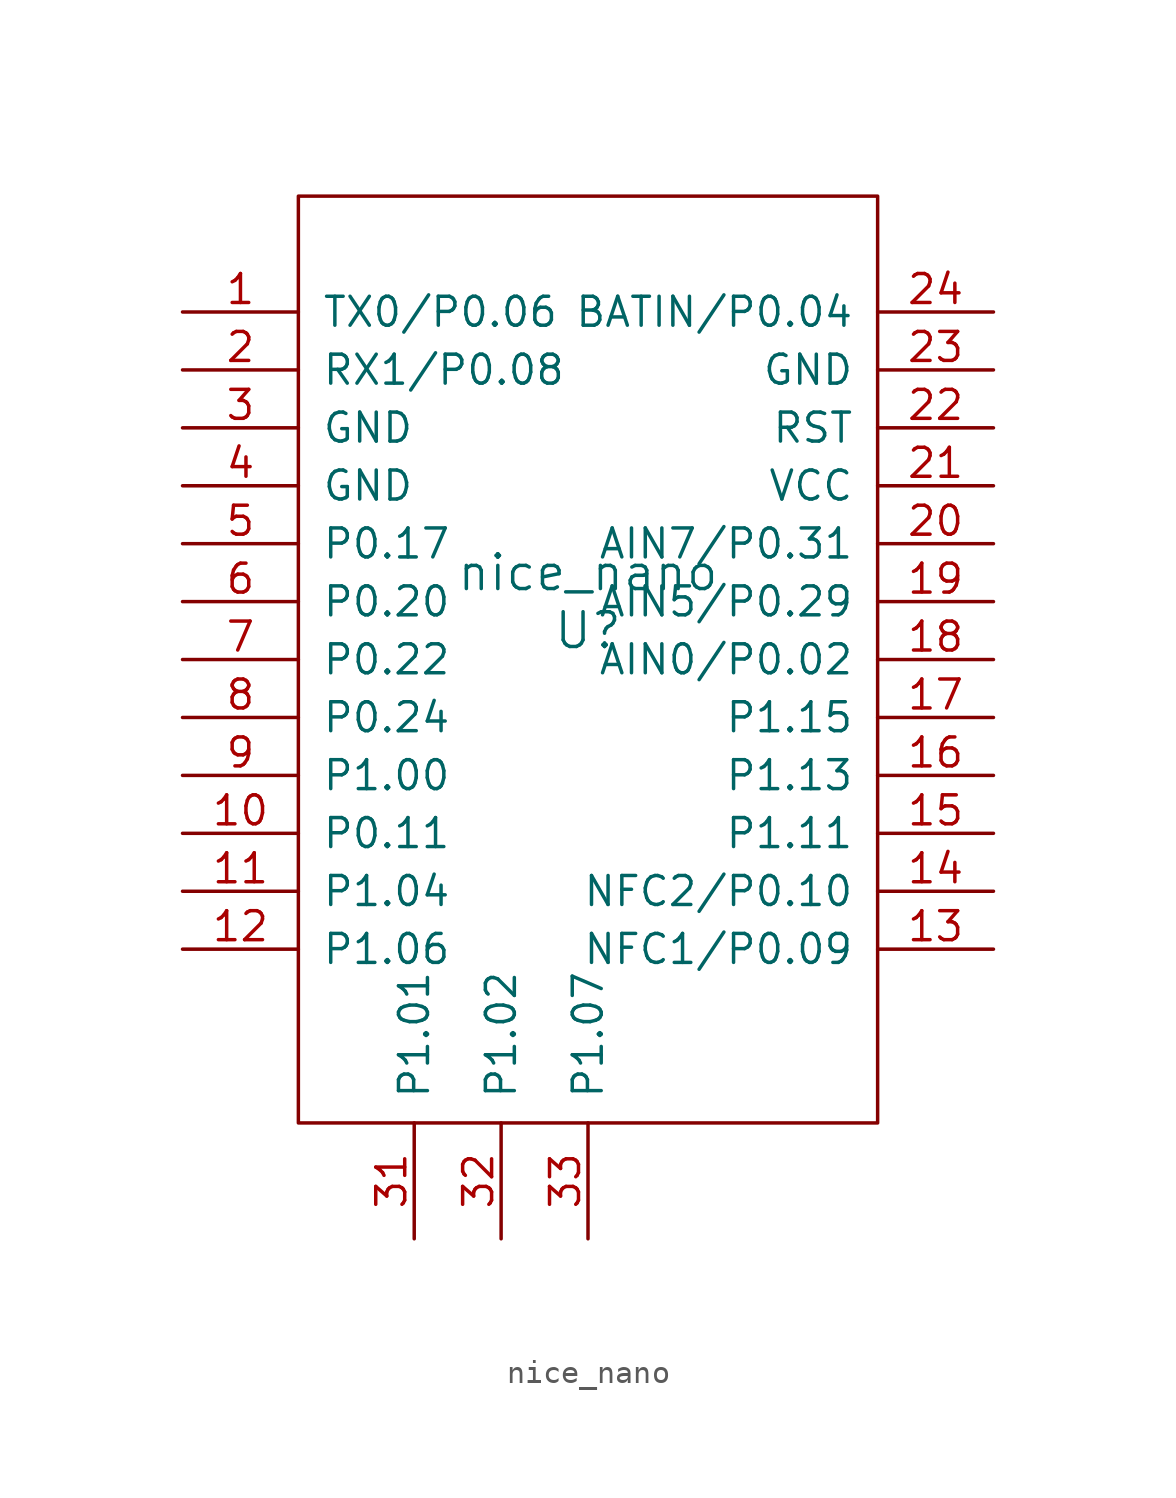
<source format=kicad_sym>
(kicad_symbol_lib
  (version 20231120)
  (generator "kicad_symbol_editor")
  (generator_version "8.0")
  (symbol "nice_nano"
    (pin_names
      (offset 1.016))
    (property "Reference" "U"
      (at 0 0 0)
      (effects (font (size 1.524 1.524))))
    (property "Value" "nice_nano"
      (at 0 2.54 0)
      (effects (font (size 1.524 1.524))))
    (symbol "nice_nano_0_1"
      (rectangle (start -12.7 -21.59) (end 12.7 19.05) (stroke (width 0) (type solid)) (fill (type none))))
    (symbol "nice_nano_1_1"
      (pin output line (at -17.78 13.97 0) (length 5.08) (name "TX0/P0.06" (effects (font (size 1.27 1.27)))) (number "1" (effects (font (size 1.27 1.27)))))
      (pin bidirectional line (at -17.78 -8.89 0) (length 5.08) (name "P0.11" (effects (font (size 1.27 1.27)))) (number "10" (effects (font (size 1.27 1.27)))))
      (pin bidirectional line (at -17.78 -11.43 0) (length 5.08) (name "P1.04" (effects (font (size 1.27 1.27)))) (number "11" (effects (font (size 1.27 1.27)))))
      (pin bidirectional line (at -17.78 -13.97 0) (length 5.08) (name "P1.06" (effects (font (size 1.27 1.27)))) (number "12" (effects (font (size 1.27 1.27)))))
      (pin bidirectional line (at 17.78 -13.97 180) (length 5.08) (name "NFC1/P0.09" (effects (font (size 1.27 1.27)))) (number "13" (effects (font (size 1.27 1.27)))))
      (pin bidirectional line (at 17.78 -11.43 180) (length 5.08) (name "NFC2/P0.10" (effects (font (size 1.27 1.27)))) (number "14" (effects (font (size 1.27 1.27)))))
      (pin bidirectional line (at 17.78 -8.89 180) (length 5.08) (name "P1.11" (effects (font (size 1.27 1.27)))) (number "15" (effects (font (size 1.27 1.27)))))
      (pin bidirectional line (at 17.78 -6.35 180) (length 5.08) (name "P1.13" (effects (font (size 1.27 1.27)))) (number "16" (effects (font (size 1.27 1.27)))))
      (pin input line (at 17.78 -3.81 180) (length 5.08) (name "P1.15" (effects (font (size 1.27 1.27)))) (number "17" (effects (font (size 1.27 1.27)))))
      (pin input line (at 17.78 -1.27 180) (length 5.08) (name "AIN0/P0.02" (effects (font (size 1.27 1.27)))) (number "18" (effects (font (size 1.27 1.27)))))
      (pin input line (at 17.78 1.27 180) (length 5.08) (name "AIN5/P0.29" (effects (font (size 1.27 1.27)))) (number "19" (effects (font (size 1.27 1.27)))))
      (pin bidirectional line (at -17.78 11.43 0) (length 5.08) (name "RX1/P0.08" (effects (font (size 1.27 1.27)))) (number "2" (effects (font (size 1.27 1.27)))))
      (pin passive line (at 17.78 3.81 180) (length 5.08) (name "AIN7/P0.31" (effects (font (size 1.27 1.27)))) (number "20" (effects (font (size 1.27 1.27)))))
      (pin passive line (at 17.78 6.35 180) (length 5.08) (name "VCC" (effects (font (size 1.27 1.27)))) (number "21" (effects (font (size 1.27 1.27)))))
      (pin input line (at 17.78 8.89 180) (length 5.08) (name "RST" (effects (font (size 1.27 1.27)))) (number "22" (effects (font (size 1.27 1.27)))))
      (pin input line (at 17.78 11.43 180) (length 5.08) (name "GND" (effects (font (size 1.27 1.27)))) (number "23" (effects (font (size 1.27 1.27)))))
      (pin input line (at 17.78 13.97 180) (length 5.08) (name "BATIN/P0.04" (effects (font (size 1.27 1.27)))) (number "24" (effects (font (size 1.27 1.27)))))
      (pin input line (at -17.78 8.89 0) (length 5.08) (name "GND" (effects (font (size 1.27 1.27)))) (number "3" (effects (font (size 1.27 1.27)))))
      (pin input line (at -7.62 -26.67 90) (length 5.08) (name "P1.01" (effects (font (size 1.27 1.27)))) (number "31" (effects (font (size 1.27 1.27)))))
      (pin input line (at -3.81 -26.67 90) (length 5.08) (name "P1.02" (effects (font (size 1.27 1.27)))) (number "32" (effects (font (size 1.27 1.27)))))
      (pin input line (at 0 -26.67 90) (length 5.08) (name "P1.07" (effects (font (size 1.27 1.27)))) (number "33" (effects (font (size 1.27 1.27)))))
      (pin input line (at -17.78 6.35 0) (length 5.08) (name "GND" (effects (font (size 1.27 1.27)))) (number "4" (effects (font (size 1.27 1.27)))))
      (pin passive line (at -17.78 3.81 0) (length 5.08) (name "P0.17" (effects (font (size 1.27 1.27)))) (number "5" (effects (font (size 1.27 1.27)))))
      (pin bidirectional line (at -17.78 1.27 0) (length 5.08) (name "P0.20" (effects (font (size 1.27 1.27)))) (number "6" (effects (font (size 1.27 1.27)))))
      (pin bidirectional line (at -17.78 -1.27 0) (length 5.08) (name "P0.22" (effects (font (size 1.27 1.27)))) (number "7" (effects (font (size 1.27 1.27)))))
      (pin bidirectional line (at -17.78 -3.81 0) (length 5.08) (name "P0.24" (effects (font (size 1.27 1.27)))) (number "8" (effects (font (size 1.27 1.27)))))
      (pin bidirectional line (at -17.78 -6.35 0) (length 5.08) (name "P1.00" (effects (font (size 1.27 1.27)))) (number "9" (effects (font (size 1.27 1.27))))))))
</source>
